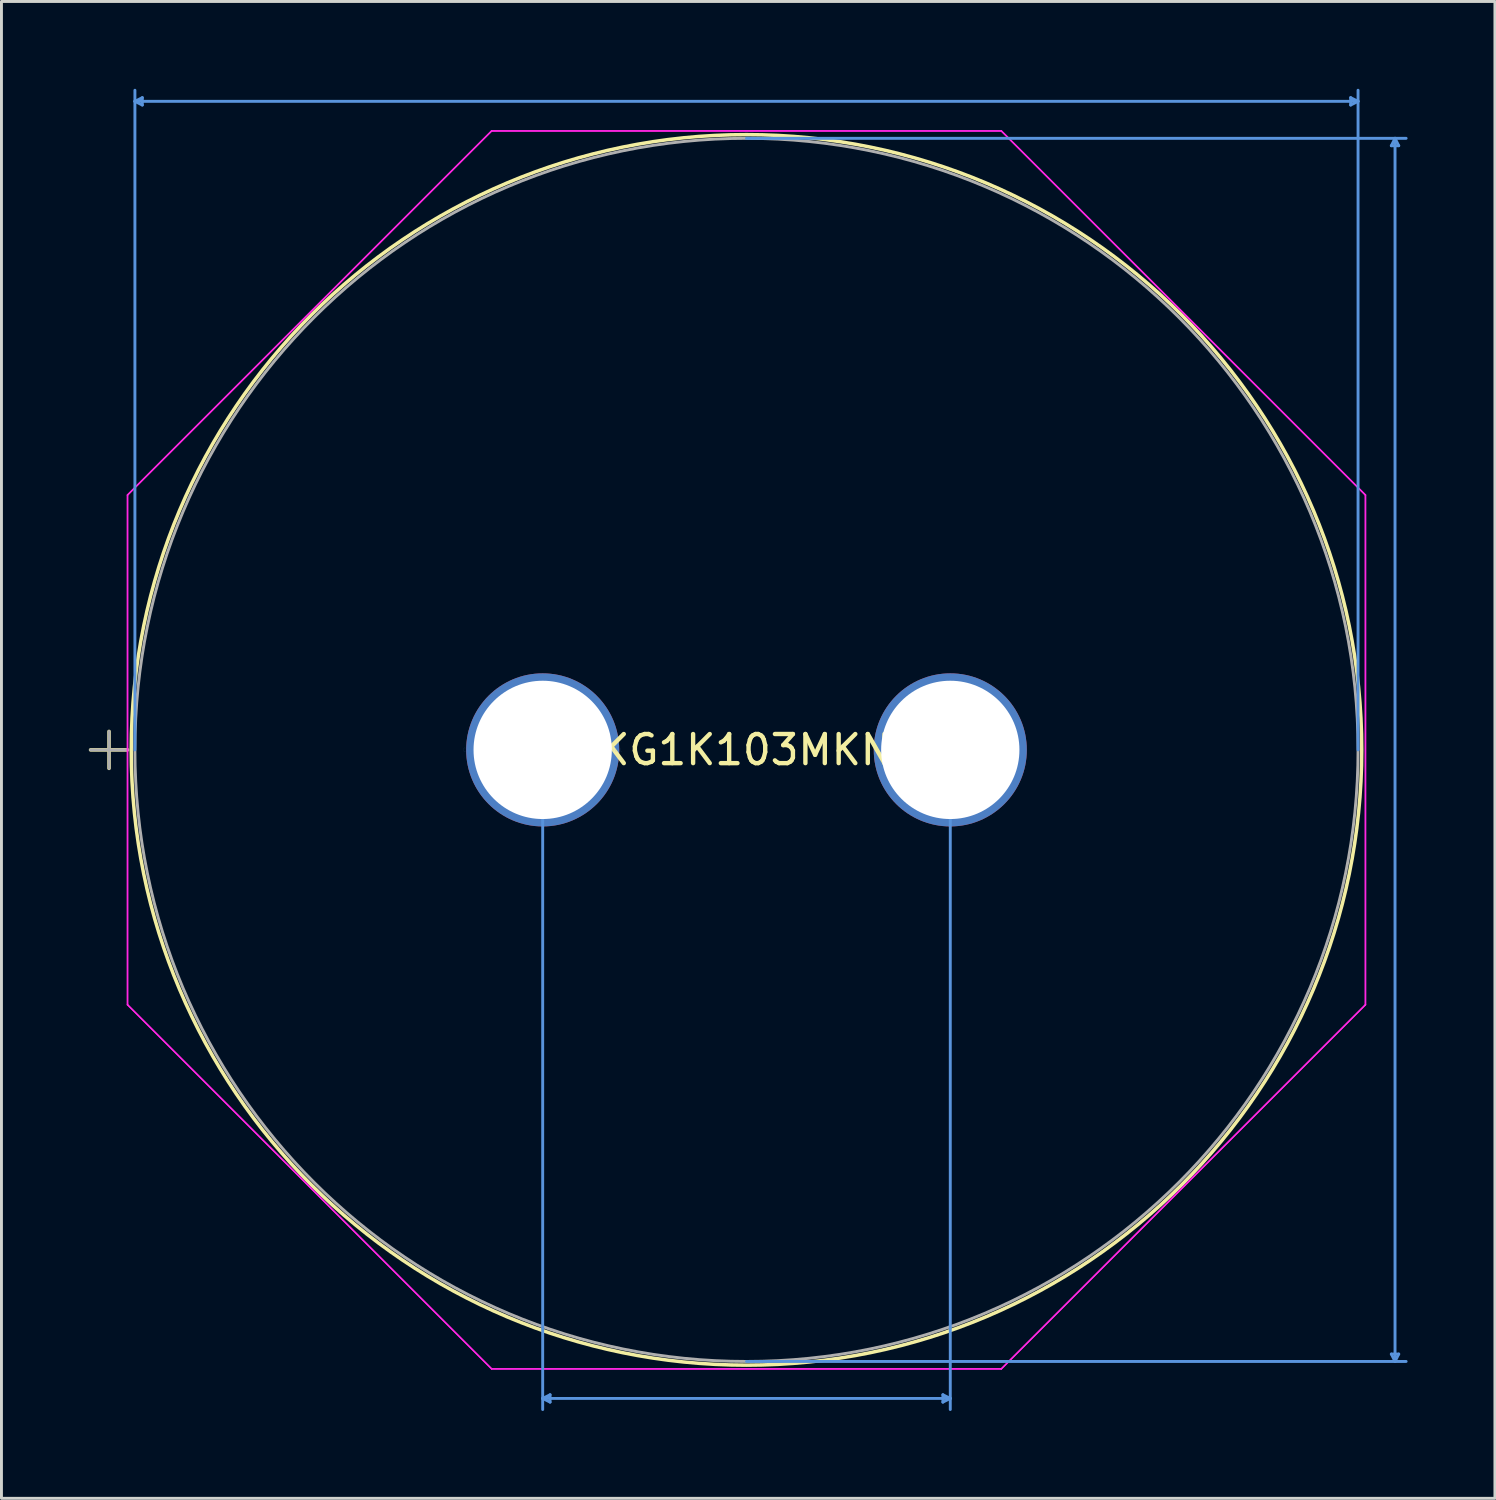
<source format=kicad_pcb>
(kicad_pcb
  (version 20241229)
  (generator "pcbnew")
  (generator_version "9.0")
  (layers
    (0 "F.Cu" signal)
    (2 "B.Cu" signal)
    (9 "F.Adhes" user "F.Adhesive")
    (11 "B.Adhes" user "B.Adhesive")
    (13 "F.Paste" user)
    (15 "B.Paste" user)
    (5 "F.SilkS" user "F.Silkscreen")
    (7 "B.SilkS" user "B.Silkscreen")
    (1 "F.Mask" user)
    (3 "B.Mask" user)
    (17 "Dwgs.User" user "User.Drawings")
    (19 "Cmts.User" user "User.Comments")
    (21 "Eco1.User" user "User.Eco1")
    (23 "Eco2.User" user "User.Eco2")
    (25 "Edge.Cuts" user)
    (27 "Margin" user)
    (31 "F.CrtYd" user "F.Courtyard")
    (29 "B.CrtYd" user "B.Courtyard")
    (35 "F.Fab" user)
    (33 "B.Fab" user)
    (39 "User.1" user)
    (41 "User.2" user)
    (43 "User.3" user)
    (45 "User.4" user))
  (footprint "LKG1K103MKNF"
    (layer "F.Cu")
    (at 15.59 22.707)
    (property "Reference" "LKG1K103MKNF" (at 7 0 0) (layer "F.SilkS") (effects (font (size 1 1) (thickness 0.15))))
    (attr through_hole)
    (fp_line (start -15.53 0) (end -14.26 0) (stroke (width 0.12) (type solid)) (layer "F.SilkS"))
    (fp_line (start -14.895 -0.635) (end -14.895 0.635) (stroke (width 0.12) (type solid)) (layer "F.SilkS"))
    (fp_circle (center 7 0) (end 28.133 0) (stroke (width 0.12) (type solid)) (fill no) (layer "F.SilkS"))
    (fp_line (start -14.006 -22.276) (end -13.752 -22.403) (stroke (width 0.1) (type solid)) (layer "Cmts.User"))
    (fp_line (start -14.006 -22.276) (end -13.752 -22.149) (stroke (width 0.1) (type solid)) (layer "Cmts.User"))
    (fp_line (start -14.006 -22.276) (end 28.006 -22.276) (stroke (width 0.1) (type solid)) (layer "Cmts.User"))
    (fp_line (start -14.006 0) (end -14.006 -22.657) (stroke (width 0.1) (type solid)) (layer "Cmts.User"))
    (fp_line (start -13.752 -22.403) (end -13.752 -22.149) (stroke (width 0.1) (type solid)) (layer "Cmts.User"))
    (fp_line (start -0.000001 0) (end -0.000001 22.657) (stroke (width 0.1) (type solid)) (layer "Cmts.User"))
    (fp_line (start -0.000001 22.276) (end 0.254 22.149) (stroke (width 0.1) (type solid)) (layer "Cmts.User"))
    (fp_line (start -0.000001 22.276) (end 0.254 22.403) (stroke (width 0.1) (type solid)) (layer "Cmts.User"))
    (fp_line (start -0.000001 22.276) (end 14 22.276) (stroke (width 0.1) (type solid)) (layer "Cmts.User"))
    (fp_line (start 0.254 22.149) (end 0.254 22.403) (stroke (width 0.1) (type solid)) (layer "Cmts.User"))
    (fp_line (start 7 -21.006) (end 29.657 -21.006) (stroke (width 0.1) (type solid)) (layer "Cmts.User"))
    (fp_line (start 7 21.006) (end 29.657 21.006) (stroke (width 0.1) (type solid)) (layer "Cmts.User"))
    (fp_line (start 13.746 22.149) (end 13.746 22.403) (stroke (width 0.1) (type solid)) (layer "Cmts.User"))
    (fp_line (start 14 0) (end 14 22.657) (stroke (width 0.1) (type solid)) (layer "Cmts.User"))
    (fp_line (start 14 22.276) (end 13.746 22.149) (stroke (width 0.1) (type solid)) (layer "Cmts.User"))
    (fp_line (start 14 22.276) (end 13.746 22.403) (stroke (width 0.1) (type solid)) (layer "Cmts.User"))
    (fp_line (start 27.752 -22.403) (end 27.752 -22.149) (stroke (width 0.1) (type solid)) (layer "Cmts.User"))
    (fp_line (start 28.006 -22.276) (end 27.752 -22.403) (stroke (width 0.1) (type solid)) (layer "Cmts.User"))
    (fp_line (start 28.006 -22.276) (end 27.752 -22.149) (stroke (width 0.1) (type solid)) (layer "Cmts.User"))
    (fp_line (start 28.006 0) (end 28.006 -22.657) (stroke (width 0.1) (type solid)) (layer "Cmts.User"))
    (fp_line (start 29.149 -20.752) (end 29.403 -20.752) (stroke (width 0.1) (type solid)) (layer "Cmts.User"))
    (fp_line (start 29.149 20.752) (end 29.403 20.752) (stroke (width 0.1) (type solid)) (layer "Cmts.User"))
    (fp_line (start 29.276 -21.006) (end 29.149 -20.752) (stroke (width 0.1) (type solid)) (layer "Cmts.User"))
    (fp_line (start 29.276 -21.006) (end 29.276 21.006) (stroke (width 0.1) (type solid)) (layer "Cmts.User"))
    (fp_line (start 29.276 -21.006) (end 29.403 -20.752) (stroke (width 0.1) (type solid)) (layer "Cmts.User"))
    (fp_line (start 29.276 21.006) (end 29.149 20.752) (stroke (width 0.1) (type solid)) (layer "Cmts.User"))
    (fp_line (start 29.276 21.006) (end 29.403 20.752) (stroke (width 0.1) (type solid)) (layer "Cmts.User"))
    (fp_line (start -14.26 -8.754) (end -1.754 -21.26) (stroke (width 0.05) (type solid)) (layer "F.CrtYd"))
    (fp_line (start -14.26 -8.754) (end -1.754 -21.26) (stroke (width 0.05) (type solid)) (layer "F.CrtYd"))
    (fp_line (start -14.26 8.754) (end -14.26 -8.754) (stroke (width 0.05) (type solid)) (layer "F.CrtYd"))
    (fp_line (start -14.26 8.754) (end -14.26 -8.754) (stroke (width 0.05) (type solid)) (layer "F.CrtYd"))
    (fp_line (start -1.754 -21.26) (end 15.754 -21.26) (stroke (width 0.05) (type solid)) (layer "F.CrtYd"))
    (fp_line (start -1.754 -21.26) (end 15.754 -21.26) (stroke (width 0.05) (type solid)) (layer "F.CrtYd"))
    (fp_line (start -1.754 21.26) (end -14.26 8.754) (stroke (width 0.05) (type solid)) (layer "F.CrtYd"))
    (fp_line (start -1.754 21.26) (end -14.26 8.754) (stroke (width 0.05) (type solid)) (layer "F.CrtYd"))
    (fp_line (start 15.754 -21.26) (end 28.26 -8.754) (stroke (width 0.05) (type solid)) (layer "F.CrtYd"))
    (fp_line (start 15.754 -21.26) (end 28.26 -8.754) (stroke (width 0.05) (type solid)) (layer "F.CrtYd"))
    (fp_line (start 15.754 21.26) (end -1.754 21.26) (stroke (width 0.05) (type solid)) (layer "F.CrtYd"))
    (fp_line (start 15.754 21.26) (end -1.754 21.26) (stroke (width 0.05) (type solid)) (layer "F.CrtYd"))
    (fp_line (start 28.26 -8.754) (end 28.26 8.754) (stroke (width 0.05) (type solid)) (layer "F.CrtYd"))
    (fp_line (start 28.26 -8.754) (end 28.26 8.754) (stroke (width 0.05) (type solid)) (layer "F.CrtYd"))
    (fp_line (start 28.26 8.754) (end 15.754 21.26) (stroke (width 0.05) (type solid)) (layer "F.CrtYd"))
    (fp_line (start 28.26 8.754) (end 15.754 21.26) (stroke (width 0.05) (type solid)) (layer "F.CrtYd"))
    (fp_line (start -15.53 0) (end -14.26 0) (stroke (width 0.1) (type solid)) (layer "F.Fab"))
    (fp_line (start -14.895 -0.635) (end -14.895 0.635) (stroke (width 0.1) (type solid)) (layer "F.Fab"))
    (fp_circle (center 7 0) (end 28.006 0) (stroke (width 0.1) (type solid)) (fill no) (layer "F.Fab"))
    (fp_text user "*" (at 0 0 0) (layer "F.SilkS") (effects (font (size 1 1) (thickness 0.15))))
    (fp_text user "Copyright 2021 Accelerated Designs. All rights reserved." (at 0 0 0) (layer "Cmts.User") (effects (font (size 0.127 0.127) (thickness 0.002))))
    (fp_text user "*" (at 0 0 0) (layer "F.Fab") (effects (font (size 1 1) (thickness 0.15))))
    (pad "1" thru_hole circle (at -0.000001 0) (size 5.258 5.258) (drill 4.75) (layers "*.Cu" "*.Mask"))
    (pad "2" thru_hole circle (at 14 0) (size 5.258 5.258) (drill 4.75) (layers "*.Cu" "*.Mask")))
  (gr_rect
    (start -3 -3)
    (end 48.297 48.414)
    (stroke (width 0.1) (type default))
    (fill no)
    (layer "Edge.Cuts")))
</source>
